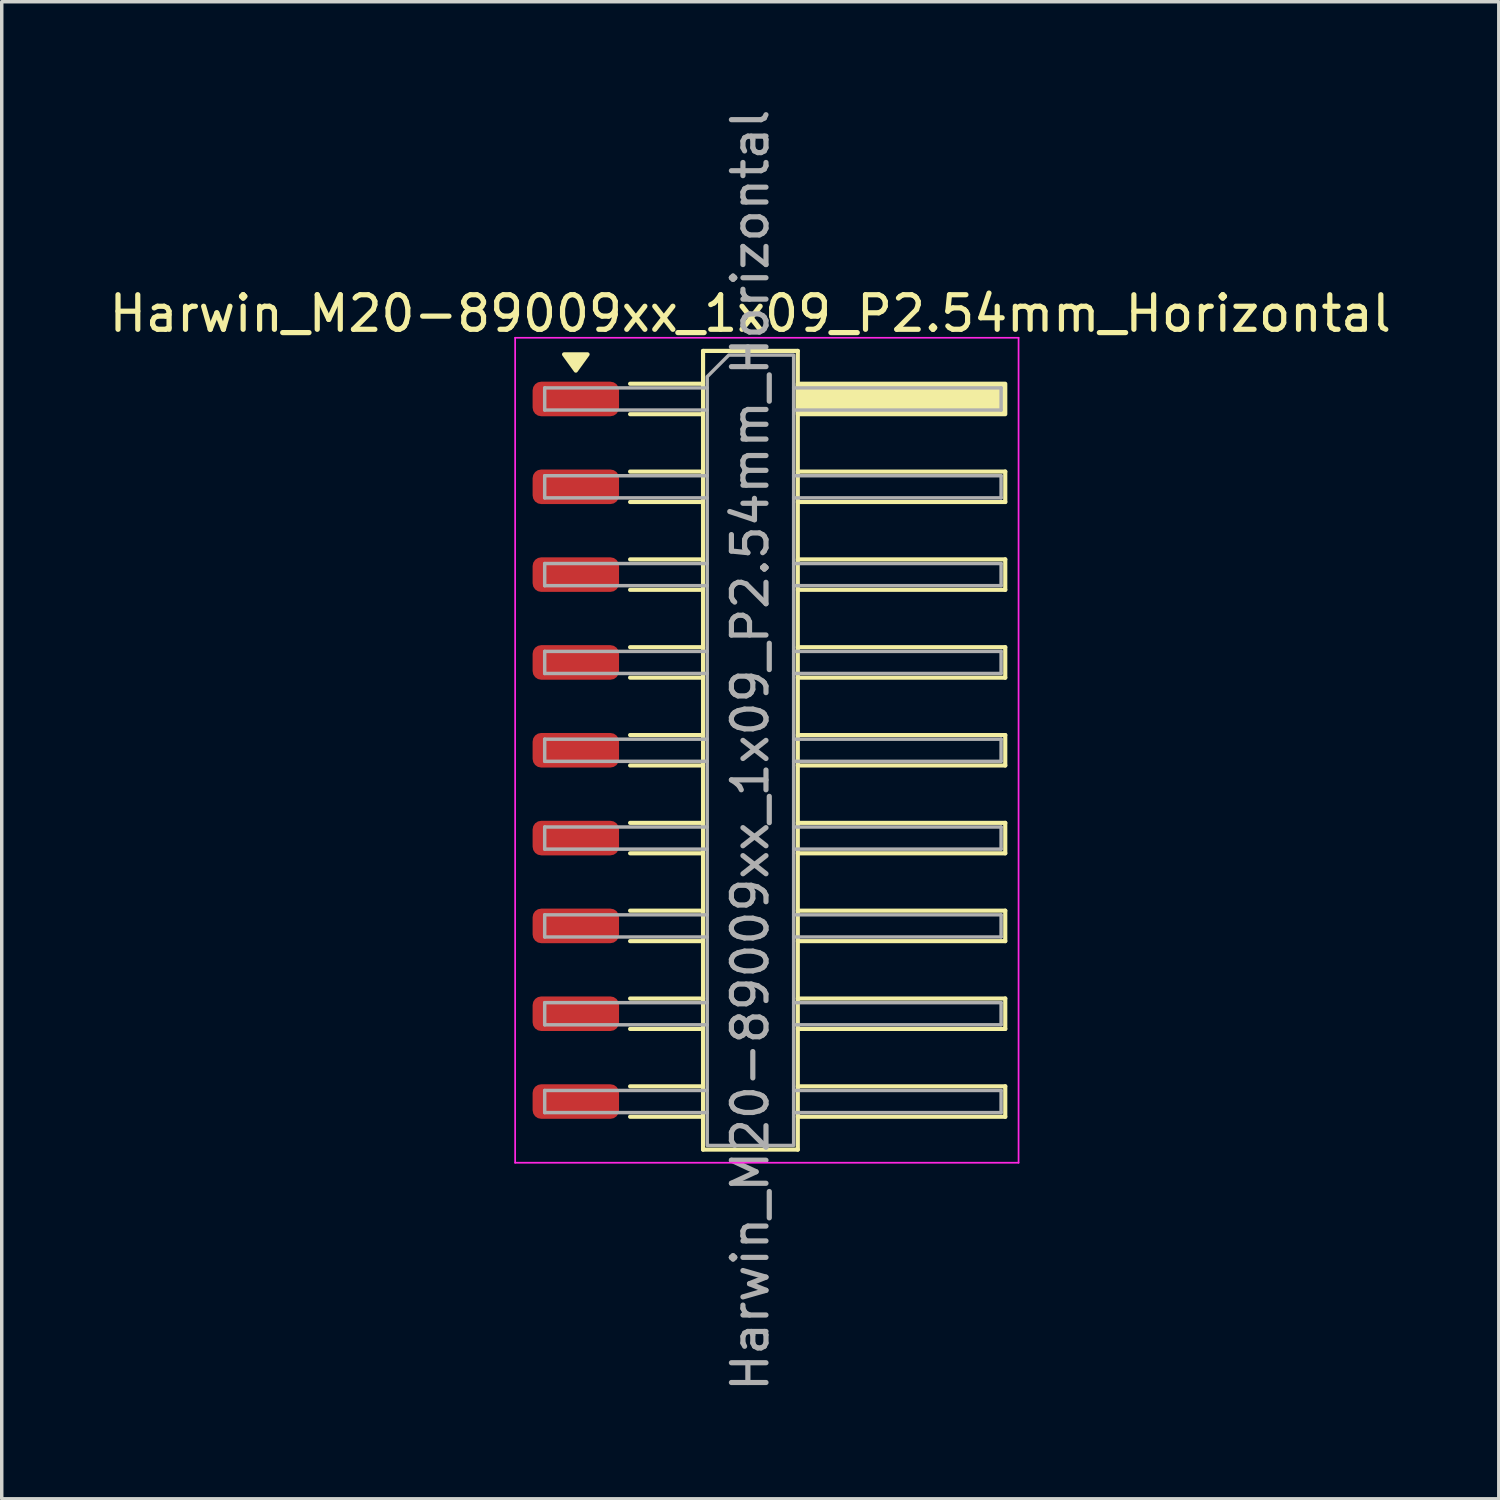
<source format=kicad_pcb>
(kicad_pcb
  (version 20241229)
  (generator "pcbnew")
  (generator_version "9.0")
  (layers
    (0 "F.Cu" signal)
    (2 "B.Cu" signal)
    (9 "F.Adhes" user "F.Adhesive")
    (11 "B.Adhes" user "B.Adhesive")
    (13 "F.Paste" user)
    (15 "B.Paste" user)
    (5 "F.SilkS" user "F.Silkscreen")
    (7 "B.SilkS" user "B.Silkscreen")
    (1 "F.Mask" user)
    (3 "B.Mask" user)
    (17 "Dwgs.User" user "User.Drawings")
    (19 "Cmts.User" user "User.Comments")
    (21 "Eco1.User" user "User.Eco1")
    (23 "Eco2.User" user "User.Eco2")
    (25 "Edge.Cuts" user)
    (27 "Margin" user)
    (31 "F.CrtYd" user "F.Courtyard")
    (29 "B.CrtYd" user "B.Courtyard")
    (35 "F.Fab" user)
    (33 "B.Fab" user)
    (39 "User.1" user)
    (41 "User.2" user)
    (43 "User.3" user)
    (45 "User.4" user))
  (footprint "Harwin_M20-89009xx_1x09_P2.54mm_Horizontal"
    (layer "F.Cu")
    (at 19.129 18.649)
    (property "Reference" "Harwin_M20-89009xx_1x09_P2.54mm_Horizontal" (at -0.48 -12.63 0) (layer "F.SilkS") (effects (font (size 1 1) (thickness 0.15))))
    (attr smd)
    (fp_line (start -3.955 -10.6) (end -1.845 -10.6) (stroke (width 0.12) (type solid)) (layer "F.SilkS"))
    (fp_line (start -3.955 -9.72) (end -1.845 -9.72) (stroke (width 0.12) (type solid)) (layer "F.SilkS"))
    (fp_line (start -3.955 -8.06) (end -1.845 -8.06) (stroke (width 0.12) (type solid)) (layer "F.SilkS"))
    (fp_line (start -3.955 -7.18) (end -1.845 -7.18) (stroke (width 0.12) (type solid)) (layer "F.SilkS"))
    (fp_line (start -3.955 -5.52) (end -1.845 -5.52) (stroke (width 0.12) (type solid)) (layer "F.SilkS"))
    (fp_line (start -3.955 -4.64) (end -1.845 -4.64) (stroke (width 0.12) (type solid)) (layer "F.SilkS"))
    (fp_line (start -3.955 -2.98) (end -1.845 -2.98) (stroke (width 0.12) (type solid)) (layer "F.SilkS"))
    (fp_line (start -3.955 -2.1) (end -1.845 -2.1) (stroke (width 0.12) (type solid)) (layer "F.SilkS"))
    (fp_line (start -3.955 -0.44) (end -1.845 -0.44) (stroke (width 0.12) (type solid)) (layer "F.SilkS"))
    (fp_line (start -3.955 0.44) (end -1.845 0.44) (stroke (width 0.12) (type solid)) (layer "F.SilkS"))
    (fp_line (start -3.955 2.1) (end -1.845 2.1) (stroke (width 0.12) (type solid)) (layer "F.SilkS"))
    (fp_line (start -3.955 2.98) (end -1.845 2.98) (stroke (width 0.12) (type solid)) (layer "F.SilkS"))
    (fp_line (start -3.955 4.64) (end -1.845 4.64) (stroke (width 0.12) (type solid)) (layer "F.SilkS"))
    (fp_line (start -3.955 5.52) (end -1.845 5.52) (stroke (width 0.12) (type solid)) (layer "F.SilkS"))
    (fp_line (start -3.955 7.18) (end -1.845 7.18) (stroke (width 0.12) (type solid)) (layer "F.SilkS"))
    (fp_line (start -3.955 8.06) (end -1.845 8.06) (stroke (width 0.12) (type solid)) (layer "F.SilkS"))
    (fp_line (start -3.955 9.72) (end -1.845 9.72) (stroke (width 0.12) (type solid)) (layer "F.SilkS"))
    (fp_line (start -3.955 10.6) (end -1.845 10.6) (stroke (width 0.12) (type solid)) (layer "F.SilkS"))
    (fp_line (start -1.845 -11.55) (end 0.895 -11.55) (stroke (width 0.12) (type solid)) (layer "F.SilkS"))
    (fp_line (start -1.845 11.55) (end -1.845 -11.55) (stroke (width 0.12) (type solid)) (layer "F.SilkS"))
    (fp_line (start 0.895 -11.55) (end 0.895 11.55) (stroke (width 0.12) (type solid)) (layer "F.SilkS"))
    (fp_line (start 0.895 -8.06) (end 6.895 -8.06) (stroke (width 0.12) (type solid)) (layer "F.SilkS"))
    (fp_line (start 0.895 -5.52) (end 6.895 -5.52) (stroke (width 0.12) (type solid)) (layer "F.SilkS"))
    (fp_line (start 0.895 -2.98) (end 6.895 -2.98) (stroke (width 0.12) (type solid)) (layer "F.SilkS"))
    (fp_line (start 0.895 -0.44) (end 6.895 -0.44) (stroke (width 0.12) (type solid)) (layer "F.SilkS"))
    (fp_line (start 0.895 2.1) (end 6.895 2.1) (stroke (width 0.12) (type solid)) (layer "F.SilkS"))
    (fp_line (start 0.895 4.64) (end 6.895 4.64) (stroke (width 0.12) (type solid)) (layer "F.SilkS"))
    (fp_line (start 0.895 7.18) (end 6.895 7.18) (stroke (width 0.12) (type solid)) (layer "F.SilkS"))
    (fp_line (start 0.895 9.72) (end 6.895 9.72) (stroke (width 0.12) (type solid)) (layer "F.SilkS"))
    (fp_line (start 0.895 11.55) (end -1.845 11.55) (stroke (width 0.12) (type solid)) (layer "F.SilkS"))
    (fp_line (start 6.895 -8.06) (end 6.895 -7.18) (stroke (width 0.12) (type solid)) (layer "F.SilkS"))
    (fp_line (start 6.895 -7.18) (end 0.895 -7.18) (stroke (width 0.12) (type solid)) (layer "F.SilkS"))
    (fp_line (start 6.895 -5.52) (end 6.895 -4.64) (stroke (width 0.12) (type solid)) (layer "F.SilkS"))
    (fp_line (start 6.895 -4.64) (end 0.895 -4.64) (stroke (width 0.12) (type solid)) (layer "F.SilkS"))
    (fp_line (start 6.895 -2.98) (end 6.895 -2.1) (stroke (width 0.12) (type solid)) (layer "F.SilkS"))
    (fp_line (start 6.895 -2.1) (end 0.895 -2.1) (stroke (width 0.12) (type solid)) (layer "F.SilkS"))
    (fp_line (start 6.895 -0.44) (end 6.895 0.44) (stroke (width 0.12) (type solid)) (layer "F.SilkS"))
    (fp_line (start 6.895 0.44) (end 0.895 0.44) (stroke (width 0.12) (type solid)) (layer "F.SilkS"))
    (fp_line (start 6.895 2.1) (end 6.895 2.98) (stroke (width 0.12) (type solid)) (layer "F.SilkS"))
    (fp_line (start 6.895 2.98) (end 0.895 2.98) (stroke (width 0.12) (type solid)) (layer "F.SilkS"))
    (fp_line (start 6.895 4.64) (end 6.895 5.52) (stroke (width 0.12) (type solid)) (layer "F.SilkS"))
    (fp_line (start 6.895 5.52) (end 0.895 5.52) (stroke (width 0.12) (type solid)) (layer "F.SilkS"))
    (fp_line (start 6.895 7.18) (end 6.895 8.06) (stroke (width 0.12) (type solid)) (layer "F.SilkS"))
    (fp_line (start 6.895 8.06) (end 0.895 8.06) (stroke (width 0.12) (type solid)) (layer "F.SilkS"))
    (fp_line (start 6.895 9.72) (end 6.895 10.6) (stroke (width 0.12) (type solid)) (layer "F.SilkS"))
    (fp_line (start 6.895 10.6) (end 0.895 10.6) (stroke (width 0.12) (type solid)) (layer "F.SilkS"))
    (fp_rect (start 0.895 -10.6) (end 6.895 -9.72) (stroke (width 0.12) (type solid)) (fill yes) (layer "F.SilkS"))
    (fp_poly (pts (xy -5.525 -10.98) (xy -5.865 -11.45) (xy -5.185 -11.45)) (stroke (width 0.12) (type solid)) (fill yes) (layer "F.SilkS"))
    (fp_line (start -7.28 -11.93) (end 7.28 -11.93) (stroke (width 0.05) (type solid)) (layer "F.CrtYd"))
    (fp_line (start -7.28 11.93) (end -7.28 -11.93) (stroke (width 0.05) (type solid)) (layer "F.CrtYd"))
    (fp_line (start 7.28 -11.93) (end 7.28 11.93) (stroke (width 0.05) (type solid)) (layer "F.CrtYd"))
    (fp_line (start 7.28 11.93) (end -7.28 11.93) (stroke (width 0.05) (type solid)) (layer "F.CrtYd"))
    (fp_line (start -6.425 -10.48) (end -6.425 -9.84) (stroke (width 0.1) (type solid)) (layer "F.Fab"))
    (fp_line (start -6.425 -9.84) (end -1.725 -9.84) (stroke (width 0.1) (type solid)) (layer "F.Fab"))
    (fp_line (start -6.425 -7.94) (end -6.425 -7.3) (stroke (width 0.1) (type solid)) (layer "F.Fab"))
    (fp_line (start -6.425 -7.3) (end -1.725 -7.3) (stroke (width 0.1) (type solid)) (layer "F.Fab"))
    (fp_line (start -6.425 -5.4) (end -6.425 -4.76) (stroke (width 0.1) (type solid)) (layer "F.Fab"))
    (fp_line (start -6.425 -4.76) (end -1.725 -4.76) (stroke (width 0.1) (type solid)) (layer "F.Fab"))
    (fp_line (start -6.425 -2.86) (end -6.425 -2.22) (stroke (width 0.1) (type solid)) (layer "F.Fab"))
    (fp_line (start -6.425 -2.22) (end -1.725 -2.22) (stroke (width 0.1) (type solid)) (layer "F.Fab"))
    (fp_line (start -6.425 -0.32) (end -6.425 0.32) (stroke (width 0.1) (type solid)) (layer "F.Fab"))
    (fp_line (start -6.425 0.32) (end -1.725 0.32) (stroke (width 0.1) (type solid)) (layer "F.Fab"))
    (fp_line (start -6.425 2.22) (end -6.425 2.86) (stroke (width 0.1) (type solid)) (layer "F.Fab"))
    (fp_line (start -6.425 2.86) (end -1.725 2.86) (stroke (width 0.1) (type solid)) (layer "F.Fab"))
    (fp_line (start -6.425 4.76) (end -6.425 5.4) (stroke (width 0.1) (type solid)) (layer "F.Fab"))
    (fp_line (start -6.425 5.4) (end -1.725 5.4) (stroke (width 0.1) (type solid)) (layer "F.Fab"))
    (fp_line (start -6.425 7.3) (end -6.425 7.94) (stroke (width 0.1) (type solid)) (layer "F.Fab"))
    (fp_line (start -6.425 7.94) (end -1.725 7.94) (stroke (width 0.1) (type solid)) (layer "F.Fab"))
    (fp_line (start -6.425 9.84) (end -6.425 10.48) (stroke (width 0.1) (type solid)) (layer "F.Fab"))
    (fp_line (start -6.425 10.48) (end -1.725 10.48) (stroke (width 0.1) (type solid)) (layer "F.Fab"))
    (fp_line (start -1.725 -10.48) (end -6.425 -10.48) (stroke (width 0.1) (type solid)) (layer "F.Fab"))
    (fp_line (start -1.725 -7.94) (end -6.425 -7.94) (stroke (width 0.1) (type solid)) (layer "F.Fab"))
    (fp_line (start -1.725 -5.4) (end -6.425 -5.4) (stroke (width 0.1) (type solid)) (layer "F.Fab"))
    (fp_line (start -1.725 -2.86) (end -6.425 -2.86) (stroke (width 0.1) (type solid)) (layer "F.Fab"))
    (fp_line (start -1.725 -0.32) (end -6.425 -0.32) (stroke (width 0.1) (type solid)) (layer "F.Fab"))
    (fp_line (start -1.725 2.22) (end -6.425 2.22) (stroke (width 0.1) (type solid)) (layer "F.Fab"))
    (fp_line (start -1.725 4.76) (end -6.425 4.76) (stroke (width 0.1) (type solid)) (layer "F.Fab"))
    (fp_line (start -1.725 7.3) (end -6.425 7.3) (stroke (width 0.1) (type solid)) (layer "F.Fab"))
    (fp_line (start -1.725 9.84) (end -6.425 9.84) (stroke (width 0.1) (type solid)) (layer "F.Fab"))
    (fp_line (start 0.775 -10.48) (end 6.775 -10.48) (stroke (width 0.1) (type solid)) (layer "F.Fab"))
    (fp_line (start 0.775 -7.94) (end 6.775 -7.94) (stroke (width 0.1) (type solid)) (layer "F.Fab"))
    (fp_line (start 0.775 -5.4) (end 6.775 -5.4) (stroke (width 0.1) (type solid)) (layer "F.Fab"))
    (fp_line (start 0.775 -2.86) (end 6.775 -2.86) (stroke (width 0.1) (type solid)) (layer "F.Fab"))
    (fp_line (start 0.775 -0.32) (end 6.775 -0.32) (stroke (width 0.1) (type solid)) (layer "F.Fab"))
    (fp_line (start 0.775 2.22) (end 6.775 2.22) (stroke (width 0.1) (type solid)) (layer "F.Fab"))
    (fp_line (start 0.775 4.76) (end 6.775 4.76) (stroke (width 0.1) (type solid)) (layer "F.Fab"))
    (fp_line (start 0.775 7.3) (end 6.775 7.3) (stroke (width 0.1) (type solid)) (layer "F.Fab"))
    (fp_line (start 0.775 9.84) (end 6.775 9.84) (stroke (width 0.1) (type solid)) (layer "F.Fab"))
    (fp_line (start 6.775 -10.48) (end 6.775 -9.84) (stroke (width 0.1) (type solid)) (layer "F.Fab"))
    (fp_line (start 6.775 -9.84) (end 0.775 -9.84) (stroke (width 0.1) (type solid)) (layer "F.Fab"))
    (fp_line (start 6.775 -7.94) (end 6.775 -7.3) (stroke (width 0.1) (type solid)) (layer "F.Fab"))
    (fp_line (start 6.775 -7.3) (end 0.775 -7.3) (stroke (width 0.1) (type solid)) (layer "F.Fab"))
    (fp_line (start 6.775 -5.4) (end 6.775 -4.76) (stroke (width 0.1) (type solid)) (layer "F.Fab"))
    (fp_line (start 6.775 -4.76) (end 0.775 -4.76) (stroke (width 0.1) (type solid)) (layer "F.Fab"))
    (fp_line (start 6.775 -2.86) (end 6.775 -2.22) (stroke (width 0.1) (type solid)) (layer "F.Fab"))
    (fp_line (start 6.775 -2.22) (end 0.775 -2.22) (stroke (width 0.1) (type solid)) (layer "F.Fab"))
    (fp_line (start 6.775 -0.32) (end 6.775 0.32) (stroke (width 0.1) (type solid)) (layer "F.Fab"))
    (fp_line (start 6.775 0.32) (end 0.775 0.32) (stroke (width 0.1) (type solid)) (layer "F.Fab"))
    (fp_line (start 6.775 2.22) (end 6.775 2.86) (stroke (width 0.1) (type solid)) (layer "F.Fab"))
    (fp_line (start 6.775 2.86) (end 0.775 2.86) (stroke (width 0.1) (type solid)) (layer "F.Fab"))
    (fp_line (start 6.775 4.76) (end 6.775 5.4) (stroke (width 0.1) (type solid)) (layer "F.Fab"))
    (fp_line (start 6.775 5.4) (end 0.775 5.4) (stroke (width 0.1) (type solid)) (layer "F.Fab"))
    (fp_line (start 6.775 7.3) (end 6.775 7.94) (stroke (width 0.1) (type solid)) (layer "F.Fab"))
    (fp_line (start 6.775 7.94) (end 0.775 7.94) (stroke (width 0.1) (type solid)) (layer "F.Fab"))
    (fp_line (start 6.775 9.84) (end 6.775 10.48) (stroke (width 0.1) (type solid)) (layer "F.Fab"))
    (fp_line (start 6.775 10.48) (end 0.775 10.48) (stroke (width 0.1) (type solid)) (layer "F.Fab"))
    (fp_poly (pts (xy -1.725 -10.805) (xy -1.725 11.43) (xy 0.775 11.43) (xy 0.775 -11.43) (xy -1.1 -11.43)) (stroke (width 0.1) (type solid)) (fill no) (layer "F.Fab"))
    (fp_text user "${REFERENCE}" (at -0.48 0 90) (layer "F.Fab") (effects (font (size 1 1) (thickness 0.15))))
    (pad "1" smd roundrect (at -5.525 -10.16) (size 2.5 1) (layers "F.Cu" "F.Mask" "F.Paste") (roundrect_rratio 0.25))
    (pad "2" smd roundrect (at -5.525 -7.62) (size 2.5 1) (layers "F.Cu" "F.Mask" "F.Paste") (roundrect_rratio 0.25))
    (pad "3" smd roundrect (at -5.525 -5.08) (size 2.5 1) (layers "F.Cu" "F.Mask" "F.Paste") (roundrect_rratio 0.25))
    (pad "4" smd roundrect (at -5.525 -2.54) (size 2.5 1) (layers "F.Cu" "F.Mask" "F.Paste") (roundrect_rratio 0.25))
    (pad "5" smd roundrect (at -5.525 0) (size 2.5 1) (layers "F.Cu" "F.Mask" "F.Paste") (roundrect_rratio 0.25))
    (pad "6" smd roundrect (at -5.525 2.54) (size 2.5 1) (layers "F.Cu" "F.Mask" "F.Paste") (roundrect_rratio 0.25))
    (pad "7" smd roundrect (at -5.525 5.08) (size 2.5 1) (layers "F.Cu" "F.Mask" "F.Paste") (roundrect_rratio 0.25))
    (pad "8" smd roundrect (at -5.525 7.62) (size 2.5 1) (layers "F.Cu" "F.Mask" "F.Paste") (roundrect_rratio 0.25))
    (pad "9" smd roundrect (at -5.525 10.16) (size 2.5 1) (layers "F.Cu" "F.Mask" "F.Paste") (roundrect_rratio 0.25)))
  (gr_rect
    (start -3 -3)
    (end 40.298 40.298)
    (stroke (width 0.1) (type default))
    (fill no)
    (layer "Edge.Cuts")))
</source>
